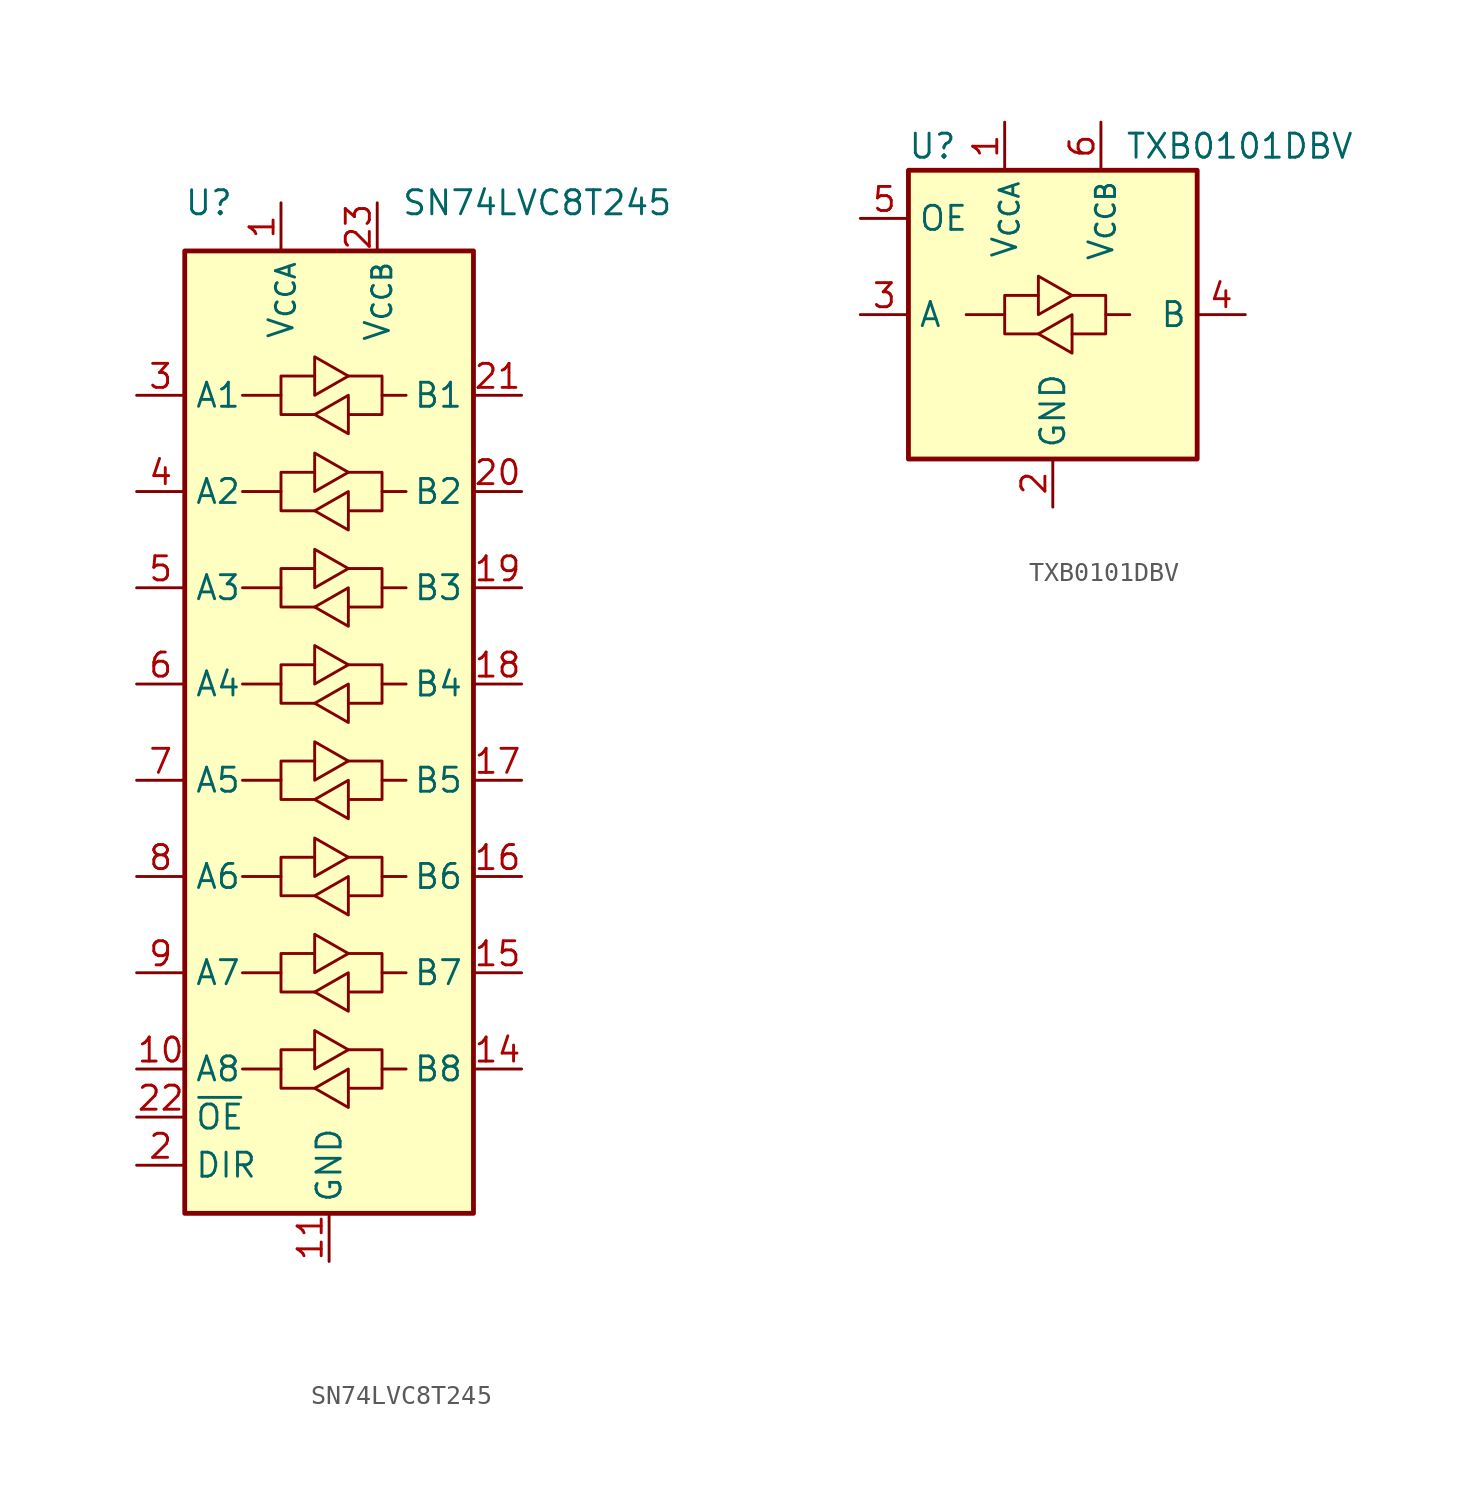
<source format=kicad_sym>
(kicad_symbol_lib
  (version 20231120)
  (generator "kicad_symbol_editor")
  (generator_version "8.0")
  (symbol "SN74LVC8T245"
    (property "Reference" "U"
      (at -6.35 27.94 0)
      (effects (font (size 1.27 1.27))))
    (property "Value" "SN74LVC8T245"
      (at 3.81 27.94 0)
      (effects (font (size 1.27 1.27)) (justify left)))
    (symbol "SN74LVC8T245_0_1"
      (rectangle (start -7.62 25.4) (end 7.62 -25.4) (stroke (width 0.254) (type default)) (fill (type background)))
      (polyline (pts (xy -2.54 -12.7) (xy -2.54 -11.684) (xy -0.762 -11.684)) (stroke (width 0) (type default)) (fill (type none)))
      (polyline (pts (xy -2.54 -2.54) (xy -2.54 -1.524) (xy -0.762 -1.524)) (stroke (width 0) (type default)) (fill (type none)))
      (polyline (pts (xy -2.54 7.62) (xy -2.54 8.636) (xy -0.762 8.636)) (stroke (width 0) (type default)) (fill (type none)))
      (polyline (pts (xy -2.54 17.78) (xy -2.54 18.796) (xy -0.762 18.796)) (stroke (width 0) (type default)) (fill (type none)))
      (polyline (pts (xy 2.794 -12.7) (xy 2.794 -13.716) (xy 1.016 -13.716)) (stroke (width 0) (type default)) (fill (type none)))
      (polyline (pts (xy 2.794 -2.54) (xy 2.794 -3.556) (xy 1.016 -3.556)) (stroke (width 0) (type default)) (fill (type none)))
      (polyline (pts (xy 2.794 7.62) (xy 2.794 6.604) (xy 1.016 6.604)) (stroke (width 0) (type default)) (fill (type none)))
      (polyline (pts (xy 2.794 17.78) (xy 2.794 16.764) (xy 1.016 16.764)) (stroke (width 0) (type default)) (fill (type none)))
      (polyline (pts (xy -0.762 -13.716) (xy -2.54 -13.716) (xy -2.54 -12.7) (xy -4.572 -12.7)) (stroke (width 0) (type default)) (fill (type none)))
      (polyline (pts (xy -0.762 -12.7) (xy -0.762 -10.668) (xy 1.016 -11.684) (xy -0.762 -12.7)) (stroke (width 0) (type default)) (fill (type none)))
      (polyline (pts (xy -0.762 -3.556) (xy -2.54 -3.556) (xy -2.54 -2.54) (xy -4.572 -2.54)) (stroke (width 0) (type default)) (fill (type none)))
      (polyline (pts (xy -0.762 -2.54) (xy -0.762 -0.508) (xy 1.016 -1.524) (xy -0.762 -2.54)) (stroke (width 0) (type default)) (fill (type none)))
      (polyline (pts (xy -0.762 6.604) (xy -2.54 6.604) (xy -2.54 7.62) (xy -4.572 7.62)) (stroke (width 0) (type default)) (fill (type none)))
      (polyline (pts (xy -0.762 7.62) (xy -0.762 9.652) (xy 1.016 8.636) (xy -0.762 7.62)) (stroke (width 0) (type default)) (fill (type none)))
      (polyline (pts (xy -0.762 16.764) (xy -2.54 16.764) (xy -2.54 17.78) (xy -4.572 17.78)) (stroke (width 0) (type default)) (fill (type none)))
      (polyline (pts (xy -0.762 17.78) (xy -0.762 19.812) (xy 1.016 18.796) (xy -0.762 17.78)) (stroke (width 0) (type default)) (fill (type none)))
      (polyline (pts (xy 1.016 -11.684) (xy 2.794 -11.684) (xy 2.794 -12.7) (xy 4.064 -12.7)) (stroke (width 0) (type default)) (fill (type none)))
      (polyline (pts (xy 1.016 -1.524) (xy 2.794 -1.524) (xy 2.794 -2.54) (xy 4.064 -2.54)) (stroke (width 0) (type default)) (fill (type none)))
      (polyline (pts (xy 1.016 8.636) (xy 2.794 8.636) (xy 2.794 7.62) (xy 4.064 7.62)) (stroke (width 0) (type default)) (fill (type none)))
      (polyline (pts (xy 1.016 18.796) (xy 2.794 18.796) (xy 2.794 17.78) (xy 4.064 17.78)) (stroke (width 0) (type default)) (fill (type none)))
      (polyline (pts (xy 1.016 -17.78) (xy 1.016 -19.558) (xy 1.016 -19.812) (xy -0.762 -18.796) (xy 1.016 -17.78)) (stroke (width 0) (type default)) (fill (type none)))
      (polyline (pts (xy 1.016 -12.7) (xy 1.016 -14.478) (xy 1.016 -14.732) (xy -0.762 -13.716) (xy 1.016 -12.7)) (stroke (width 0) (type default)) (fill (type none)))
      (polyline (pts (xy 1.016 -2.54) (xy 1.016 -4.318) (xy 1.016 -4.572) (xy -0.762 -3.556) (xy 1.016 -2.54)) (stroke (width 0) (type default)) (fill (type none)))
      (polyline (pts (xy 1.016 2.54) (xy 1.016 0.762) (xy 1.016 0.508) (xy -0.762 1.524) (xy 1.016 2.54)) (stroke (width 0) (type default)) (fill (type none)))
      (polyline (pts (xy 1.016 7.62) (xy 1.016 5.842) (xy 1.016 5.588) (xy -0.762 6.604) (xy 1.016 7.62)) (stroke (width 0) (type default)) (fill (type none)))
      (polyline (pts (xy 1.016 17.78) (xy 1.016 16.002) (xy 1.016 15.748) (xy -0.762 16.764) (xy 1.016 17.78)) (stroke (width 0) (type default)) (fill (type none))))
    (symbol "SN74LVC8T245_1_1"
      (polyline (pts (xy -2.54 -17.78) (xy -2.54 -16.764) (xy -0.762 -16.764)) (stroke (width 0) (type default)) (fill (type none)))
      (polyline (pts (xy -2.54 -7.62) (xy -2.54 -6.604) (xy -0.762 -6.604)) (stroke (width 0) (type default)) (fill (type none)))
      (polyline (pts (xy -2.54 2.54) (xy -2.54 3.556) (xy -0.762 3.556)) (stroke (width 0) (type default)) (fill (type none)))
      (polyline (pts (xy -2.54 12.7) (xy -2.54 13.716) (xy -0.762 13.716)) (stroke (width 0) (type default)) (fill (type none)))
      (polyline (pts (xy 2.794 -17.78) (xy 2.794 -18.796) (xy 1.016 -18.796)) (stroke (width 0) (type default)) (fill (type none)))
      (polyline (pts (xy 2.794 -7.62) (xy 2.794 -8.636) (xy 1.016 -8.636)) (stroke (width 0) (type default)) (fill (type none)))
      (polyline (pts (xy 2.794 2.54) (xy 2.794 1.524) (xy 1.016 1.524)) (stroke (width 0) (type default)) (fill (type none)))
      (polyline (pts (xy 2.794 12.7) (xy 2.794 11.684) (xy 1.016 11.684)) (stroke (width 0) (type default)) (fill (type none)))
      (polyline (pts (xy -0.762 -18.796) (xy -2.54 -18.796) (xy -2.54 -17.78) (xy -4.572 -17.78)) (stroke (width 0) (type default)) (fill (type none)))
      (polyline (pts (xy -0.762 -17.78) (xy -0.762 -15.748) (xy 1.016 -16.764) (xy -0.762 -17.78)) (stroke (width 0) (type default)) (fill (type none)))
      (polyline (pts (xy -0.762 -8.636) (xy -2.54 -8.636) (xy -2.54 -7.62) (xy -4.572 -7.62)) (stroke (width 0) (type default)) (fill (type none)))
      (polyline (pts (xy -0.762 -7.62) (xy -0.762 -5.588) (xy 1.016 -6.604) (xy -0.762 -7.62)) (stroke (width 0) (type default)) (fill (type none)))
      (polyline (pts (xy -0.762 1.524) (xy -2.54 1.524) (xy -2.54 2.54) (xy -4.572 2.54)) (stroke (width 0) (type default)) (fill (type none)))
      (polyline (pts (xy -0.762 2.54) (xy -0.762 4.572) (xy 1.016 3.556) (xy -0.762 2.54)) (stroke (width 0) (type default)) (fill (type none)))
      (polyline (pts (xy -0.762 11.684) (xy -2.54 11.684) (xy -2.54 12.7) (xy -4.572 12.7)) (stroke (width 0) (type default)) (fill (type none)))
      (polyline (pts (xy -0.762 12.7) (xy -0.762 14.732) (xy 1.016 13.716) (xy -0.762 12.7)) (stroke (width 0) (type default)) (fill (type none)))
      (polyline (pts (xy 1.016 -16.764) (xy 2.794 -16.764) (xy 2.794 -17.78) (xy 4.064 -17.78)) (stroke (width 0) (type default)) (fill (type none)))
      (polyline (pts (xy 1.016 -6.604) (xy 2.794 -6.604) (xy 2.794 -7.62) (xy 4.064 -7.62)) (stroke (width 0) (type default)) (fill (type none)))
      (polyline (pts (xy 1.016 3.556) (xy 2.794 3.556) (xy 2.794 2.54) (xy 4.064 2.54)) (stroke (width 0) (type default)) (fill (type none)))
      (polyline (pts (xy 1.016 13.716) (xy 2.794 13.716) (xy 2.794 12.7) (xy 4.064 12.7)) (stroke (width 0) (type default)) (fill (type none)))
      (polyline (pts (xy 1.016 -7.62) (xy 1.016 -9.398) (xy 1.016 -9.652) (xy -0.762 -8.636) (xy 1.016 -7.62)) (stroke (width 0) (type default)) (fill (type none)))
      (polyline (pts (xy 1.016 12.7) (xy 1.016 10.922) (xy 1.016 10.668) (xy -0.762 11.684) (xy 1.016 12.7)) (stroke (width 0) (type default)) (fill (type none)))
      (pin power_in line (at -2.54 27.94 270) (length 2.54) (name "V_{CCA}" (effects (font (size 1.27 1.27)))) (number "1" (effects (font (size 1.27 1.27)))))
      (pin bidirectional line (at -10.16 -17.78 0) (length 2.54) (name "A8" (effects (font (size 1.27 1.27)))) (number "10" (effects (font (size 1.27 1.27)))))
      (pin power_in line (at 0 -27.94 90) (length 2.54) (name "GND" (effects (font (size 1.27 1.27)))) (number "11" (effects (font (size 1.27 1.27)))))
      (pin passive line (at 0 -27.94 90) (length 2.54) hide (name "GND" (effects (font (size 1.27 1.27)))) (number "12" (effects (font (size 1.27 1.27)))))
      (pin passive line (at 0 -27.94 90) (length 2.54) hide (name "GND" (effects (font (size 1.27 1.27)))) (number "13" (effects (font (size 1.27 1.27)))))
      (pin bidirectional line (at 10.16 -17.78 180) (length 2.54) (name "B8" (effects (font (size 1.27 1.27)))) (number "14" (effects (font (size 1.27 1.27)))))
      (pin bidirectional line (at 10.16 -12.7 180) (length 2.54) (name "B7" (effects (font (size 1.27 1.27)))) (number "15" (effects (font (size 1.27 1.27)))))
      (pin bidirectional line (at 10.16 -7.62 180) (length 2.54) (name "B6" (effects (font (size 1.27 1.27)))) (number "16" (effects (font (size 1.27 1.27)))))
      (pin bidirectional line (at 10.16 -2.54 180) (length 2.54) (name "B5" (effects (font (size 1.27 1.27)))) (number "17" (effects (font (size 1.27 1.27)))))
      (pin bidirectional line (at 10.16 2.54 180) (length 2.54) (name "B4" (effects (font (size 1.27 1.27)))) (number "18" (effects (font (size 1.27 1.27)))))
      (pin bidirectional line (at 10.16 7.62 180) (length 2.54) (name "B3" (effects (font (size 1.27 1.27)))) (number "19" (effects (font (size 1.27 1.27)))))
      (pin input line (at -10.16 -22.86 0) (length 2.54) (name "DIR" (effects (font (size 1.27 1.27)))) (number "2" (effects (font (size 1.27 1.27)))))
      (pin bidirectional line (at 10.16 12.7 180) (length 2.54) (name "B2" (effects (font (size 1.27 1.27)))) (number "20" (effects (font (size 1.27 1.27)))))
      (pin bidirectional line (at 10.16 17.78 180) (length 2.54) (name "B1" (effects (font (size 1.27 1.27)))) (number "21" (effects (font (size 1.27 1.27)))))
      (pin input line (at -10.16 -20.32 0) (length 2.54) (name "~{OE}" (effects (font (size 1.27 1.27)))) (number "22" (effects (font (size 1.27 1.27)))))
      (pin power_in line (at 2.54 27.94 270) (length 2.54) (name "V_{CCB}" (effects (font (size 1.27 1.27)))) (number "23" (effects (font (size 1.27 1.27)))))
      (pin passive line (at 2.54 27.94 270) (length 2.54) hide (name "V_{CCB}" (effects (font (size 1.27 1.27)))) (number "24" (effects (font (size 1.27 1.27)))))
      (pin bidirectional line (at -10.16 17.78 0) (length 2.54) (name "A1" (effects (font (size 1.27 1.27)))) (number "3" (effects (font (size 1.27 1.27)))))
      (pin bidirectional line (at -10.16 12.7 0) (length 2.54) (name "A2" (effects (font (size 1.27 1.27)))) (number "4" (effects (font (size 1.27 1.27)))))
      (pin bidirectional line (at -10.16 7.62 0) (length 2.54) (name "A3" (effects (font (size 1.27 1.27)))) (number "5" (effects (font (size 1.27 1.27)))))
      (pin bidirectional line (at -10.16 2.54 0) (length 2.54) (name "A4" (effects (font (size 1.27 1.27)))) (number "6" (effects (font (size 1.27 1.27)))))
      (pin bidirectional line (at -10.16 -2.54 0) (length 2.54) (name "A5" (effects (font (size 1.27 1.27)))) (number "7" (effects (font (size 1.27 1.27)))))
      (pin bidirectional line (at -10.16 -7.62 0) (length 2.54) (name "A6" (effects (font (size 1.27 1.27)))) (number "8" (effects (font (size 1.27 1.27)))))
      (pin bidirectional line (at -10.16 -12.7 0) (length 2.54) (name "A7" (effects (font (size 1.27 1.27)))) (number "9" (effects (font (size 1.27 1.27)))))))
  (symbol "TXB0101DBV"
    (property "Reference" "U"
      (at -6.35 8.89 0)
      (effects (font (size 1.27 1.27))))
    (property "Value" "TXB0101DBV"
      (at 3.81 8.89 0)
      (effects (font (size 1.27 1.27)) (justify left)))
    (symbol "TXB0101DBV_0_1"
      (rectangle (start -7.62 7.62) (end 7.62 -7.62) (stroke (width 0.254) (type default)) (fill (type background)))
      (polyline (pts (xy -2.54 0) (xy -2.54 1.016) (xy -0.762 1.016)) (stroke (width 0) (type default)) (fill (type none)))
      (polyline (pts (xy 2.794 0) (xy 2.794 -1.016) (xy 1.016 -1.016)) (stroke (width 0) (type default)) (fill (type none)))
      (polyline (pts (xy -0.762 -1.016) (xy -2.54 -1.016) (xy -2.54 0) (xy -4.572 0)) (stroke (width 0) (type default)) (fill (type none)))
      (polyline (pts (xy -0.762 0) (xy -0.762 2.032) (xy 1.016 1.016) (xy -0.762 0)) (stroke (width 0) (type default)) (fill (type none)))
      (polyline (pts (xy 1.016 1.016) (xy 2.794 1.016) (xy 2.794 0) (xy 4.064 0)) (stroke (width 0) (type default)) (fill (type none)))
      (polyline (pts (xy 1.016 0) (xy 1.016 -1.778) (xy 1.016 -2.032) (xy -0.762 -1.016) (xy 1.016 0)) (stroke (width 0) (type default)) (fill (type none))))
    (symbol "TXB0101DBV_1_1"
      (pin power_in line (at -2.54 10.16 270) (length 2.54) (name "V_{CCA}" (effects (font (size 1.27 1.27)))) (number "1" (effects (font (size 1.27 1.27)))))
      (pin power_in line (at 0 -10.16 90) (length 2.54) (name "GND" (effects (font (size 1.27 1.27)))) (number "2" (effects (font (size 1.27 1.27)))))
      (pin bidirectional line (at -10.16 0 0) (length 2.54) (name "A" (effects (font (size 1.27 1.27)))) (number "3" (effects (font (size 1.27 1.27)))))
      (pin bidirectional line (at 10.16 0 180) (length 2.54) (name "B" (effects (font (size 1.27 1.27)))) (number "4" (effects (font (size 1.27 1.27)))))
      (pin input line (at -10.16 5.08 0) (length 2.54) (name "OE" (effects (font (size 1.27 1.27)))) (number "5" (effects (font (size 1.27 1.27)))))
      (pin power_in line (at 2.54 10.16 270) (length 2.54) (name "V_{CCB}" (effects (font (size 1.27 1.27)))) (number "6" (effects (font (size 1.27 1.27))))))))
</source>
